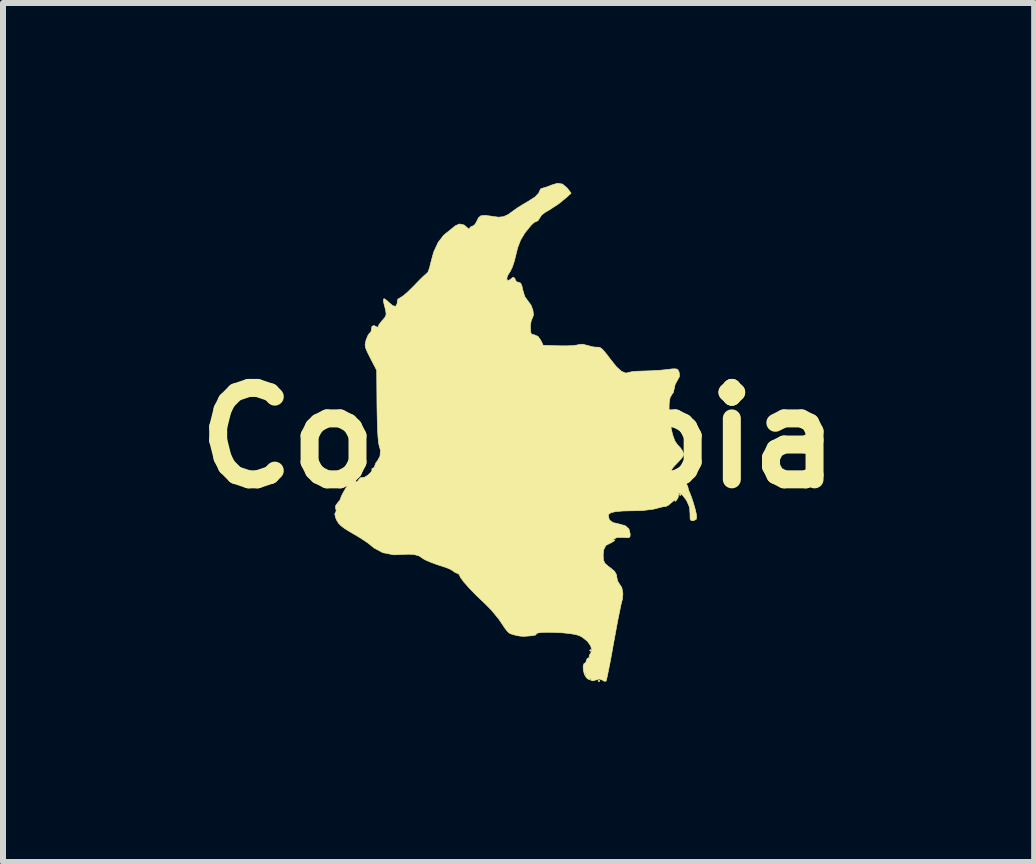
<source format=kicad_pcb>
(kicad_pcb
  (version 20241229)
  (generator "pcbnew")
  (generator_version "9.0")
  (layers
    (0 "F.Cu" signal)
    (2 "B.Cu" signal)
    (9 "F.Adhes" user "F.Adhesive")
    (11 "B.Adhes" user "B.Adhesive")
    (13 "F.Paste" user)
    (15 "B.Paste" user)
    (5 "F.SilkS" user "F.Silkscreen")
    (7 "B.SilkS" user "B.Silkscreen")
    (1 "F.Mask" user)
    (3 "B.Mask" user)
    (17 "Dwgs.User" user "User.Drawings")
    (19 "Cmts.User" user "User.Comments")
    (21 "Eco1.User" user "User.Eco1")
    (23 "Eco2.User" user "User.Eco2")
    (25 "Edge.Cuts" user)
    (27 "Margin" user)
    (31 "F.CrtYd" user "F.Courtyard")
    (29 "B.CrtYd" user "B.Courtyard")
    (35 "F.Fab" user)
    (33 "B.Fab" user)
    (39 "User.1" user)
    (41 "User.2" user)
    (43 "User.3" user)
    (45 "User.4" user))
  (footprint "Colombia"
    (layer "F.Cu")
    (at 5.595 4.252)
    (property "Reference" "Colombia" (at 0 0 0) (layer "F.SilkS") (effects (font (size 1.524 1.524) (thickness 0.3))))
    (attr through_hole)
    (fp_poly (pts (xy 1.214 3.542) (xy 1.199 3.556) (xy 1.185 3.542) (xy 1.199 3.528) (xy 1.214 3.542)) (stroke (width 0.01) (type solid)) (fill yes) (layer "F.SilkS"))
    (fp_poly (pts (xy 1.355 4.05) (xy 1.341 4.064) (xy 1.326 4.05) (xy 1.341 4.036) (xy 1.355 4.05)) (stroke (width 0.01) (type solid)) (fill yes) (layer "F.SilkS"))
    (fp_poly (pts (xy 2.709 0.945) (xy 2.695 0.96) (xy 2.681 0.945) (xy 2.695 0.931) (xy 2.709 0.945)) (stroke (width 0.01) (type solid)) (fill yes) (layer "F.SilkS"))
    (fp_poly (pts (xy 0.733 -4.233) (xy 0.808 -4.17) (xy 0.819 -4.156) (xy 0.877 -4.082) (xy 0.799 -4.01) (xy 0.661 -3.898) (xy 0.503 -3.796) (xy 0.453 -3.768) (xy 0.39 -3.722) (xy 0.353 -3.669) (xy 0.324 -3.623) (xy 0.301 -3.612) (xy 0.259 -3.593) (xy 0.211 -3.549) (xy 0.105 -3.418) (xy 0.034 -3.299) (xy -0.015 -3.172) (xy -0.042 -3.061) (xy -0.071 -2.946) (xy -0.105 -2.845) (xy -0.138 -2.778) (xy -0.142 -2.772) (xy -0.184 -2.704) (xy -0.197 -2.65) (xy -0.177 -2.625) (xy -0.171 -2.625) (xy -0.133 -2.645) (xy -0.127 -2.653) (xy -0.091 -2.68) (xy -0.061 -2.663) (xy -0.056 -2.639) (xy -0.033 -2.604) (xy -0.003 -2.596) (xy 0.034 -2.583) (xy 0.057 -2.533) (xy 0.069 -2.473) (xy 0.104 -2.358) (xy 0.156 -2.285) (xy 0.208 -2.215) (xy 0.24 -2.13) (xy 0.249 -2.05) (xy 0.229 -1.996) (xy 0.21 -1.95) (xy 0.198 -1.872) (xy 0.198 -1.843) (xy 0.201 -1.766) (xy 0.217 -1.731) (xy 0.254 -1.721) (xy 0.261 -1.721) (xy 0.325 -1.693) (xy 0.368 -1.633) (xy 0.411 -1.545) (xy 0.677 -1.537) (xy 0.799 -1.536) (xy 0.903 -1.54) (xy 0.974 -1.549) (xy 0.992 -1.555) (xy 1.066 -1.564) (xy 1.157 -1.541) (xy 1.241 -1.519) (xy 1.31 -1.513) (xy 1.324 -1.515) (xy 1.359 -1.509) (xy 1.406 -1.471) (xy 1.47 -1.395) (xy 1.528 -1.318) (xy 1.631 -1.188) (xy 1.718 -1.11) (xy 1.791 -1.081) (xy 1.848 -1.096) (xy 1.889 -1.105) (xy 1.969 -1.112) (xy 2.074 -1.116) (xy 2.088 -1.116) (xy 2.225 -1.121) (xy 2.37 -1.13) (xy 2.476 -1.141) (xy 2.572 -1.153) (xy 2.628 -1.152) (xy 2.657 -1.137) (xy 2.674 -1.104) (xy 2.677 -1.097) (xy 2.685 -1.029) (xy 2.649 -0.963) (xy 2.61 -0.89) (xy 2.596 -0.825) (xy 2.581 -0.758) (xy 2.555 -0.723) (xy 2.525 -0.669) (xy 2.511 -0.575) (xy 2.509 -0.453) (xy 2.519 -0.317) (xy 2.54 -0.179) (xy 2.569 -0.053) (xy 2.606 0.048) (xy 2.648 0.111) (xy 2.651 0.113) (xy 2.705 0.172) (xy 2.737 0.222) (xy 2.752 0.264) (xy 2.745 0.302) (xy 2.707 0.352) (xy 2.656 0.406) (xy 2.581 0.486) (xy 2.547 0.535) (xy 2.549 0.559) (xy 2.577 0.564) (xy 2.618 0.584) (xy 2.678 0.634) (xy 2.742 0.698) (xy 2.795 0.761) (xy 2.821 0.807) (xy 2.822 0.813) (xy 2.834 0.866) (xy 2.847 0.896) (xy 2.877 0.97) (xy 2.912 1.074) (xy 2.944 1.183) (xy 2.965 1.274) (xy 2.969 1.298) (xy 2.964 1.354) (xy 2.921 1.377) (xy 2.916 1.378) (xy 2.878 1.377) (xy 2.861 1.353) (xy 2.859 1.29) (xy 2.859 1.262) (xy 2.851 1.156) (xy 2.809 1.057) (xy 2.786 1.02) (xy 2.736 0.955) (xy 2.695 0.92) (xy 2.68 0.918) (xy 2.663 0.949) (xy 2.666 0.957) (xy 2.66 0.993) (xy 2.636 1.033) (xy 2.611 1.059) (xy 2.613 1.044) (xy 2.609 1.033) (xy 2.574 1.057) (xy 2.556 1.072) (xy 2.501 1.118) (xy 2.464 1.139) (xy 2.46 1.14) (xy 2.418 1.144) (xy 2.413 1.145) (xy 2.248 1.187) (xy 2.072 1.209) (xy 1.916 1.213) (xy 1.741 1.217) (xy 1.618 1.227) (xy 1.54 1.246) (xy 1.502 1.273) (xy 1.496 1.295) (xy 1.514 1.365) (xy 1.571 1.409) (xy 1.668 1.432) (xy 1.778 1.462) (xy 1.841 1.518) (xy 1.862 1.605) (xy 1.862 1.605) (xy 1.857 1.648) (xy 1.832 1.664) (xy 1.769 1.66) (xy 1.751 1.658) (xy 1.644 1.659) (xy 1.589 1.684) (xy 1.565 1.708) (xy 1.58 1.705) (xy 1.606 1.698) (xy 1.595 1.715) (xy 1.542 1.749) (xy 1.525 1.755) (xy 1.456 1.791) (xy 1.419 1.865) (xy 1.411 1.956) (xy 1.416 2.036) (xy 1.439 2.088) (xy 1.493 2.137) (xy 1.524 2.159) (xy 1.599 2.221) (xy 1.633 2.279) (xy 1.637 2.315) (xy 1.651 2.384) (xy 1.677 2.426) (xy 1.722 2.495) (xy 1.74 2.593) (xy 1.729 2.7) (xy 1.724 2.716) (xy 1.71 2.77) (xy 1.689 2.871) (xy 1.661 3.008) (xy 1.63 3.172) (xy 1.597 3.353) (xy 1.584 3.423) (xy 1.552 3.602) (xy 1.522 3.763) (xy 1.495 3.896) (xy 1.475 3.993) (xy 1.461 4.047) (xy 1.458 4.055) (xy 1.425 4.054) (xy 1.399 4.037) (xy 1.347 4.018) (xy 1.321 4.025) (xy 1.237 4.049) (xy 1.2 4.035) (xy 1.214 4.022) (xy 1.199 4.008) (xy 1.185 4.022) (xy 1.198 4.034) (xy 1.156 4.018) (xy 1.129 3.993) (xy 1.097 3.939) (xy 1.097 3.937) (xy 1.101 3.937) (xy 1.115 3.951) (xy 1.129 3.937) (xy 1.115 3.923) (xy 1.101 3.937) (xy 1.097 3.937) (xy 1.08 3.869) (xy 1.077 3.803) (xy 1.092 3.76) (xy 1.107 3.754) (xy 1.126 3.731) (xy 1.129 3.711) (xy 1.147 3.674) (xy 1.162 3.669) (xy 1.181 3.658) (xy 1.177 3.651) (xy 1.18 3.62) (xy 1.2 3.594) (xy 1.222 3.536) (xy 1.202 3.464) (xy 1.147 3.388) (xy 1.062 3.321) (xy 1.016 3.296) (xy 0.952 3.277) (xy 0.857 3.261) (xy 0.743 3.249) (xy 0.621 3.242) (xy 0.504 3.239) (xy 0.402 3.241) (xy 0.329 3.249) (xy 0.294 3.263) (xy 0.295 3.271) (xy 0.284 3.285) (xy 0.228 3.296) (xy 0.121 3.305) (xy 0.071 3.307) (xy 0.012 3.301) (xy -0.069 3.284) (xy -0.14 3.262) (xy -0.143 3.261) (xy -0.185 3.226) (xy -0.233 3.164) (xy -0.239 3.153) (xy -0.333 3.015) (xy -0.453 2.869) (xy -0.564 2.757) (xy -0.702 2.626) (xy -0.819 2.506) (xy -0.909 2.404) (xy -0.967 2.327) (xy -0.988 2.28) (xy -1.01 2.259) (xy -1.018 2.258) (xy -1.062 2.24) (xy -1.085 2.221) (xy -1.133 2.191) (xy -1.212 2.158) (xy -1.245 2.148) (xy -1.361 2.11) (xy -1.469 2.07) (xy -1.554 2.033) (xy -1.604 2.005) (xy -1.609 1.999) (xy -1.662 1.964) (xy -1.747 1.942) (xy -1.842 1.937) (xy -1.863 1.939) (xy -2.08 1.948) (xy -2.263 1.912) (xy -2.412 1.832) (xy -2.441 1.807) (xy -2.513 1.75) (xy -2.61 1.684) (xy -2.681 1.64) (xy -2.812 1.564) (xy -2.903 1.507) (xy -2.963 1.461) (xy -3.002 1.42) (xy -3.03 1.374) (xy -3.05 1.329) (xy -3.064 1.265) (xy -3.051 1.243) (xy -3.038 1.208) (xy -3.048 1.185) (xy -3.052 1.133) (xy -3.02 1.087) (xy -2.982 1.041) (xy -2.969 1.016) (xy -2.958 0.98) (xy -2.925 0.914) (xy -2.88 0.835) (xy -2.833 0.761) (xy -2.797 0.713) (xy -2.747 0.663) (xy -2.717 0.652) (xy -2.716 0.681) (xy -2.72 0.691) (xy -2.72 0.728) (xy -2.708 0.734) (xy -2.674 0.711) (xy -2.662 0.69) (xy -2.629 0.659) (xy -2.607 0.661) (xy -2.567 0.654) (xy -2.515 0.622) (xy -2.468 0.58) (xy -2.443 0.542) (xy -2.446 0.526) (xy -2.443 0.509) (xy -2.432 0.508) (xy -2.402 0.485) (xy -2.399 0.468) (xy -2.38 0.417) (xy -2.352 0.381) (xy -2.31 0.303) (xy -2.302 0.206) (xy -2.324 0.127) (xy -2.334 0.08) (xy -2.343 -0.016) (xy -2.351 -0.153) (xy -2.356 -0.325) (xy -2.36 -0.524) (xy -2.36 -0.529) (xy -2.365 -1.129) (xy -2.47 -1.331) (xy -2.521 -1.433) (xy -2.55 -1.502) (xy -2.558 -1.554) (xy -2.55 -1.604) (xy -2.539 -1.641) (xy -2.511 -1.709) (xy -2.485 -1.747) (xy -2.479 -1.75) (xy -2.459 -1.773) (xy -2.455 -1.802) (xy -2.443 -1.862) (xy -2.408 -1.875) (xy -2.38 -1.859) (xy -2.348 -1.845) (xy -2.342 -1.855) (xy -2.325 -1.892) (xy -2.281 -1.949) (xy -2.268 -1.963) (xy -2.222 -2.018) (xy -2.207 -2.065) (xy -2.216 -2.131) (xy -2.225 -2.165) (xy -2.25 -2.265) (xy -2.253 -2.316) (xy -2.234 -2.321) (xy -2.188 -2.286) (xy -2.165 -2.263) (xy -2.1 -2.208) (xy -2.058 -2.195) (xy -2.04 -2.205) (xy -2.02 -2.254) (xy -2.023 -2.275) (xy -2.012 -2.314) (xy -1.971 -2.339) (xy -1.922 -2.37) (xy -1.849 -2.433) (xy -1.765 -2.515) (xy -1.735 -2.546) (xy -1.655 -2.629) (xy -1.587 -2.696) (xy -1.541 -2.735) (xy -1.531 -2.74) (xy -1.507 -2.772) (xy -1.482 -2.842) (xy -1.469 -2.9) (xy -1.416 -3.097) (xy -1.341 -3.26) (xy -1.249 -3.379) (xy -1.218 -3.406) (xy -1.141 -3.466) (xy -1.075 -3.521) (xy -1.06 -3.534) (xy -0.987 -3.568) (xy -0.909 -3.552) (xy -0.854 -3.505) (xy -0.826 -3.482) (xy -0.818 -3.494) (xy -0.796 -3.523) (xy -0.774 -3.528) (xy -0.733 -3.552) (xy -0.698 -3.609) (xy -0.697 -3.612) (xy -0.667 -3.673) (xy -0.627 -3.705) (xy -0.562 -3.712) (xy -0.459 -3.699) (xy -0.438 -3.695) (xy -0.332 -3.681) (xy -0.25 -3.69) (xy -0.17 -3.727) (xy -0.08 -3.793) (xy -0.016 -3.838) (xy 0.077 -3.896) (xy 0.166 -3.948) (xy 0.277 -4.02) (xy 0.335 -4.08) (xy 0.344 -4.103) (xy 0.368 -4.152) (xy 0.395 -4.164) (xy 0.447 -4.177) (xy 0.522 -4.205) (xy 0.545 -4.215) (xy 0.65 -4.247) (xy 0.733 -4.233)) (stroke (width 0.01) (type solid)) (fill yes) (layer "F.SilkS")))
  (gr_rect
    (start -3 -3)
    (end 14.191 11.321)
    (stroke (width 0.1) (type default))
    (fill no)
    (layer "Edge.Cuts")))
</source>
